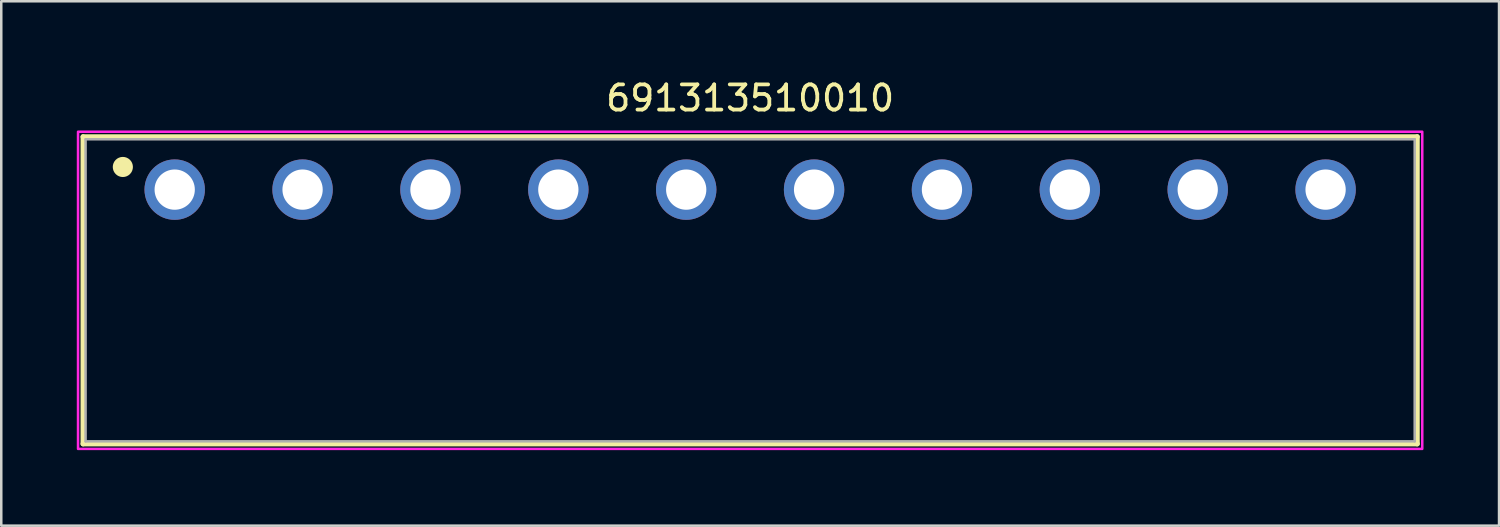
<source format=kicad_pcb>
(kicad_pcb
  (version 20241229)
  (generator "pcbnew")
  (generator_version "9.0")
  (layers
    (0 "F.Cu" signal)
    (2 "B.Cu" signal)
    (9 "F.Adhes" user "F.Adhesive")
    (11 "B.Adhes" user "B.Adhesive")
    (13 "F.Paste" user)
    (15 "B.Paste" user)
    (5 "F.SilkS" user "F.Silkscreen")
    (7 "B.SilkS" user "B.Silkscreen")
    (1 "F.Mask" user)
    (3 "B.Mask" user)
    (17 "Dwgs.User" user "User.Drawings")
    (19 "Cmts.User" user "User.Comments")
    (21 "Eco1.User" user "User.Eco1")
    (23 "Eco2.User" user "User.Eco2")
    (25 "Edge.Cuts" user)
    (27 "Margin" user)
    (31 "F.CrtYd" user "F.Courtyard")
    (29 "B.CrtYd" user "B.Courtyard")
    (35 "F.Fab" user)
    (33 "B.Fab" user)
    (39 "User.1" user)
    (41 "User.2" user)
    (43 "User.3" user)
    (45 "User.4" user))
  (footprint "691313510010"
    (layer "F.Cu")
    (at 26.75 4.483)
    (property "Reference" "691313510010" (at 0 -3.635 0) (layer "F.SilkS") (effects (font (size 1 1) (thickness 0.15))))
    (attr through_hole)
    (fp_line (start -26.5 -2.1) (end 26.5 -2.1) (stroke (width 0.2) (type solid)) (layer "F.SilkS"))
    (fp_line (start -26.5 10.1) (end -26.5 -2.1) (stroke (width 0.2) (type solid)) (layer "F.SilkS"))
    (fp_line (start 26.5 -2.1) (end 26.5 10.1) (stroke (width 0.2) (type solid)) (layer "F.SilkS"))
    (fp_line (start 26.5 10.1) (end -26.5 10.1) (stroke (width 0.2) (type solid)) (layer "F.SilkS"))
    (fp_circle (center -24.92 -0.9) (end -24.72 -0.9) (stroke (width 0.4) (type solid)) (fill no) (layer "F.SilkS"))
    (fp_poly (pts (xy -26.7 -2.3) (xy 26.7 -2.3) (xy 26.7 10.3) (xy -26.7 10.3)) (stroke (width 0.1) (type solid)) (fill no) (layer "F.CrtYd"))
    (fp_line (start -26.4 -2) (end -26.4 10) (stroke (width 0.1) (type solid)) (layer "F.Fab"))
    (fp_line (start -26.4 10) (end 26.4 10) (stroke (width 0.1) (type solid)) (layer "F.Fab"))
    (fp_line (start 26.4 -2) (end -26.4 -2) (stroke (width 0.1) (type solid)) (layer "F.Fab"))
    (fp_line (start 26.4 10) (end 26.4 -2) (stroke (width 0.1) (type solid)) (layer "F.Fab"))
    (pad "1" thru_hole circle (at -22.86 0) (size 2.4 2.4) (drill 1.6) (layers "*.Cu" "*.Mask"))
    (pad "2" thru_hole circle (at -17.78 0) (size 2.4 2.4) (drill 1.6) (layers "*.Cu" "*.Mask"))
    (pad "3" thru_hole circle (at -12.7 0) (size 2.4 2.4) (drill 1.6) (layers "*.Cu" "*.Mask"))
    (pad "4" thru_hole circle (at -7.62 0) (size 2.4 2.4) (drill 1.6) (layers "*.Cu" "*.Mask"))
    (pad "5" thru_hole circle (at -2.54 0) (size 2.4 2.4) (drill 1.6) (layers "*.Cu" "*.Mask"))
    (pad "6" thru_hole circle (at 2.54 0) (size 2.4 2.4) (drill 1.6) (layers "*.Cu" "*.Mask"))
    (pad "7" thru_hole circle (at 7.62 0) (size 2.4 2.4) (drill 1.6) (layers "*.Cu" "*.Mask"))
    (pad "8" thru_hole circle (at 12.7 0) (size 2.4 2.4) (drill 1.6) (layers "*.Cu" "*.Mask"))
    (pad "9" thru_hole circle (at 17.78 0) (size 2.4 2.4) (drill 1.6) (layers "*.Cu" "*.Mask"))
    (pad "10" thru_hole circle (at 22.86 0) (size 2.4 2.4) (drill 1.6) (layers "*.Cu" "*.Mask")))
  (gr_rect
    (start -3 -3)
    (end 56.5 17.833)
    (stroke (width 0.1) (type default))
    (fill no)
    (layer "Edge.Cuts")))
</source>
